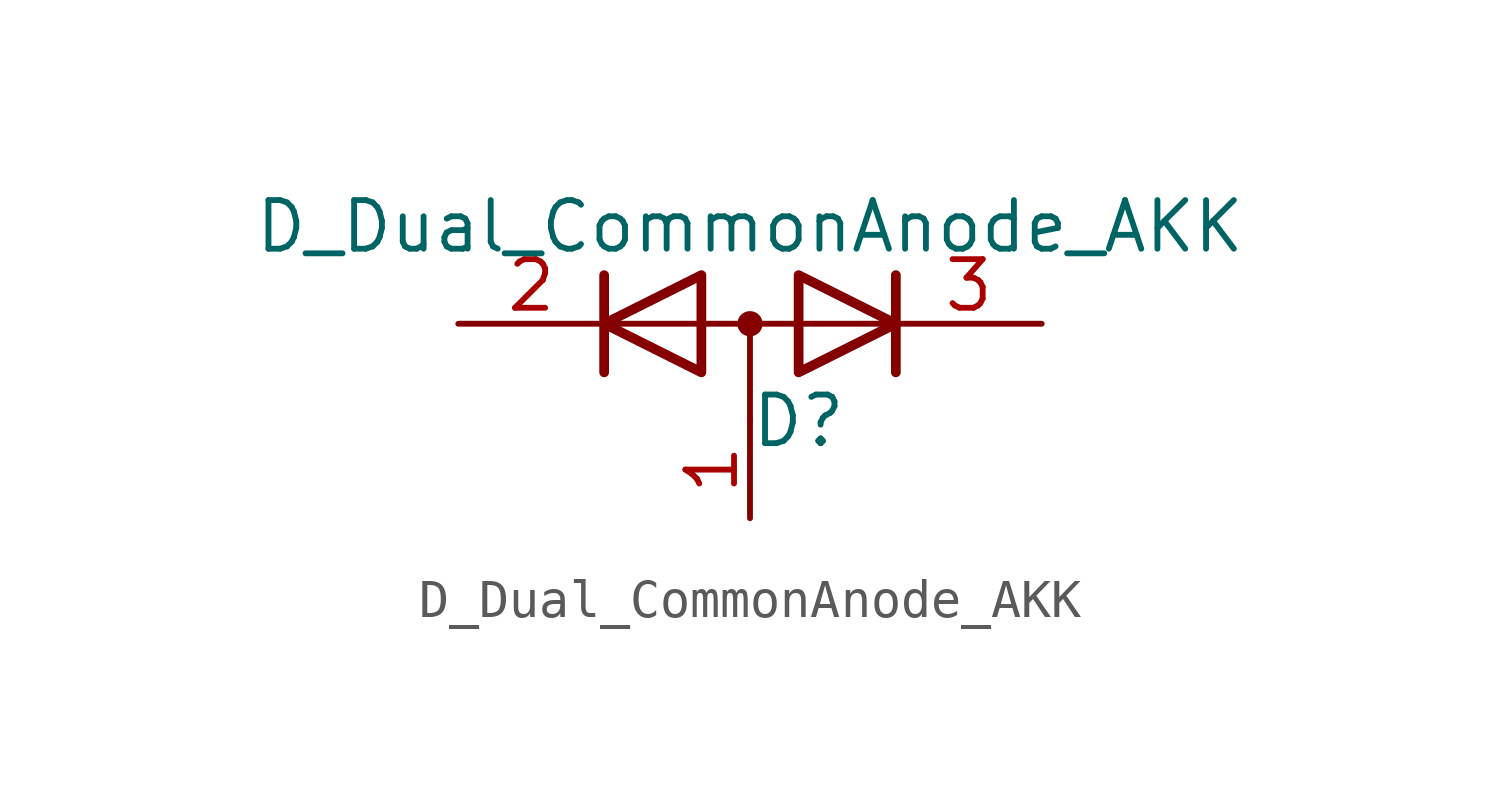
<source format=kicad_sym>
(kicad_symbol_lib
  (version 20241209)
  (generator "kicad_symbol_editor")
  (generator_version "9.0")
  (symbol "D_Dual_CommonAnode_AKK"
    (pin_names
      (offset 0.762)
      (hide yes))
    (property "Reference" "D"
      (at 1.27 -2.54 0)
      (effects (font (size 1.27 1.27))))
    (property "Value" "D_Dual_CommonAnode_AKK"
      (at 0 2.54 0)
      (effects (font (size 1.27 1.27))))
    (symbol "D_Dual_CommonAnode_AKK_0_1"
      (polyline (pts (xy -3.81 1.27) (xy -3.81 -1.27) (xy -3.81 -1.27)) (stroke (width 0.254) (type solid)) (fill (type none)))
      (polyline (pts (xy -3.556 0) (xy 3.81 0)) (stroke (width 0) (type solid)) (fill (type none)))
      (polyline (pts (xy -1.27 -1.27) (xy -3.81 0) (xy -1.27 1.27) (xy -1.27 -1.27) (xy -1.27 -1.27) (xy -1.27 -1.27)) (stroke (width 0.254) (type solid)) (fill (type none)))
      (polyline (pts (xy 0 0) (xy 0 -2.54)) (stroke (width 0) (type solid)) (fill (type none)))
      (circle (center 0 0) (radius 0.254) (stroke (width 0) (type solid)) (fill (type outline)))
      (polyline (pts (xy 1.27 1.27) (xy 3.81 0) (xy 1.27 -1.27) (xy 1.27 1.27) (xy 1.27 1.27) (xy 1.27 1.27)) (stroke (width 0.254) (type solid)) (fill (type none)))
      (polyline (pts (xy 3.81 1.27) (xy 3.81 -1.27) (xy 3.81 -1.27)) (stroke (width 0.254) (type solid)) (fill (type none)))
      (pin passive line (at -7.62 0 0) (length 3.81) (name "K" (effects (font (size 1.27 1.27)))) (number "2" (effects (font (size 1.27 1.27)))))
      (pin passive line (at 0 -5.08 90) (length 2.54) (name "A" (effects (font (size 1.27 1.27)))) (number "1" (effects (font (size 1.27 1.27)))))
      (pin passive line (at 7.62 0 180) (length 3.81) (name "K" (effects (font (size 1.27 1.27)))) (number "3" (effects (font (size 1.27 1.27))))))))
</source>
